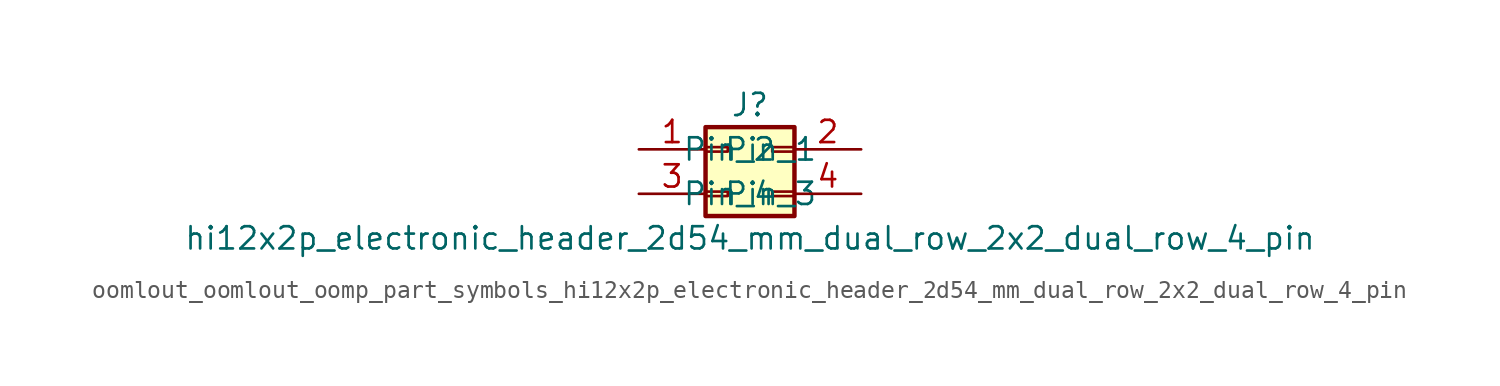
<source format=kicad_sym>
(kicad_symbol_lib
  (version 20220914)
  (generator kicad_symbol_editor)
  (symbol "oomlout_oomlout_oomp_part_symbols_hi12x2p_electronic_header_2d54_mm_dual_row_2x2_dual_row_4_pin"
    (pin_names
      (offset 1.016))
    (property "Reference" "J"
      (at 1.27 2.54 0)
      (effects (font (size 1.27 1.27))))
    (property "Value" "hi12x2p_electronic_header_2d54_mm_dual_row_2x2_dual_row_4_pin"
      (at 1.27 -5.08 0)
      (effects (font (size 1.27 1.27))))
    (symbol "oomlout_oomlout_oomp_part_symbols_hi12x2p_electronic_header_2d54_mm_dual_row_2x2_dual_row_4_pin_1_1"
      (rectangle (start -1.27 -2.413) (end 0 -2.667) (stroke (width 0.152) (type default)) (fill (type none)))
      (rectangle (start -1.27 0.127) (end 0 -0.127) (stroke (width 0.152) (type default)) (fill (type none)))
      (rectangle (start -1.27 1.27) (end 3.81 -3.81) (stroke (width 0.254) (type default)) (fill (type background)))
      (rectangle (start 3.81 -2.413) (end 2.54 -2.667) (stroke (width 0.152) (type default)) (fill (type none)))
      (rectangle (start 3.81 0.127) (end 2.54 -0.127) (stroke (width 0.152) (type default)) (fill (type none)))
      (pin passive line (at -5.08 0 0) (length 3.81) (name "Pin_1" (effects (font (size 1.27 1.27)))) (number "1" (effects (font (size 1.27 1.27)))))
      (pin passive line (at 7.62 0 180) (length 3.81) (name "Pin_2" (effects (font (size 1.27 1.27)))) (number "2" (effects (font (size 1.27 1.27)))))
      (pin passive line (at -5.08 -2.54 0) (length 3.81) (name "Pin_3" (effects (font (size 1.27 1.27)))) (number "3" (effects (font (size 1.27 1.27)))))
      (pin passive line (at 7.62 -2.54 180) (length 3.81) (name "Pin_4" (effects (font (size 1.27 1.27)))) (number "4" (effects (font (size 1.27 1.27))))))))
</source>
